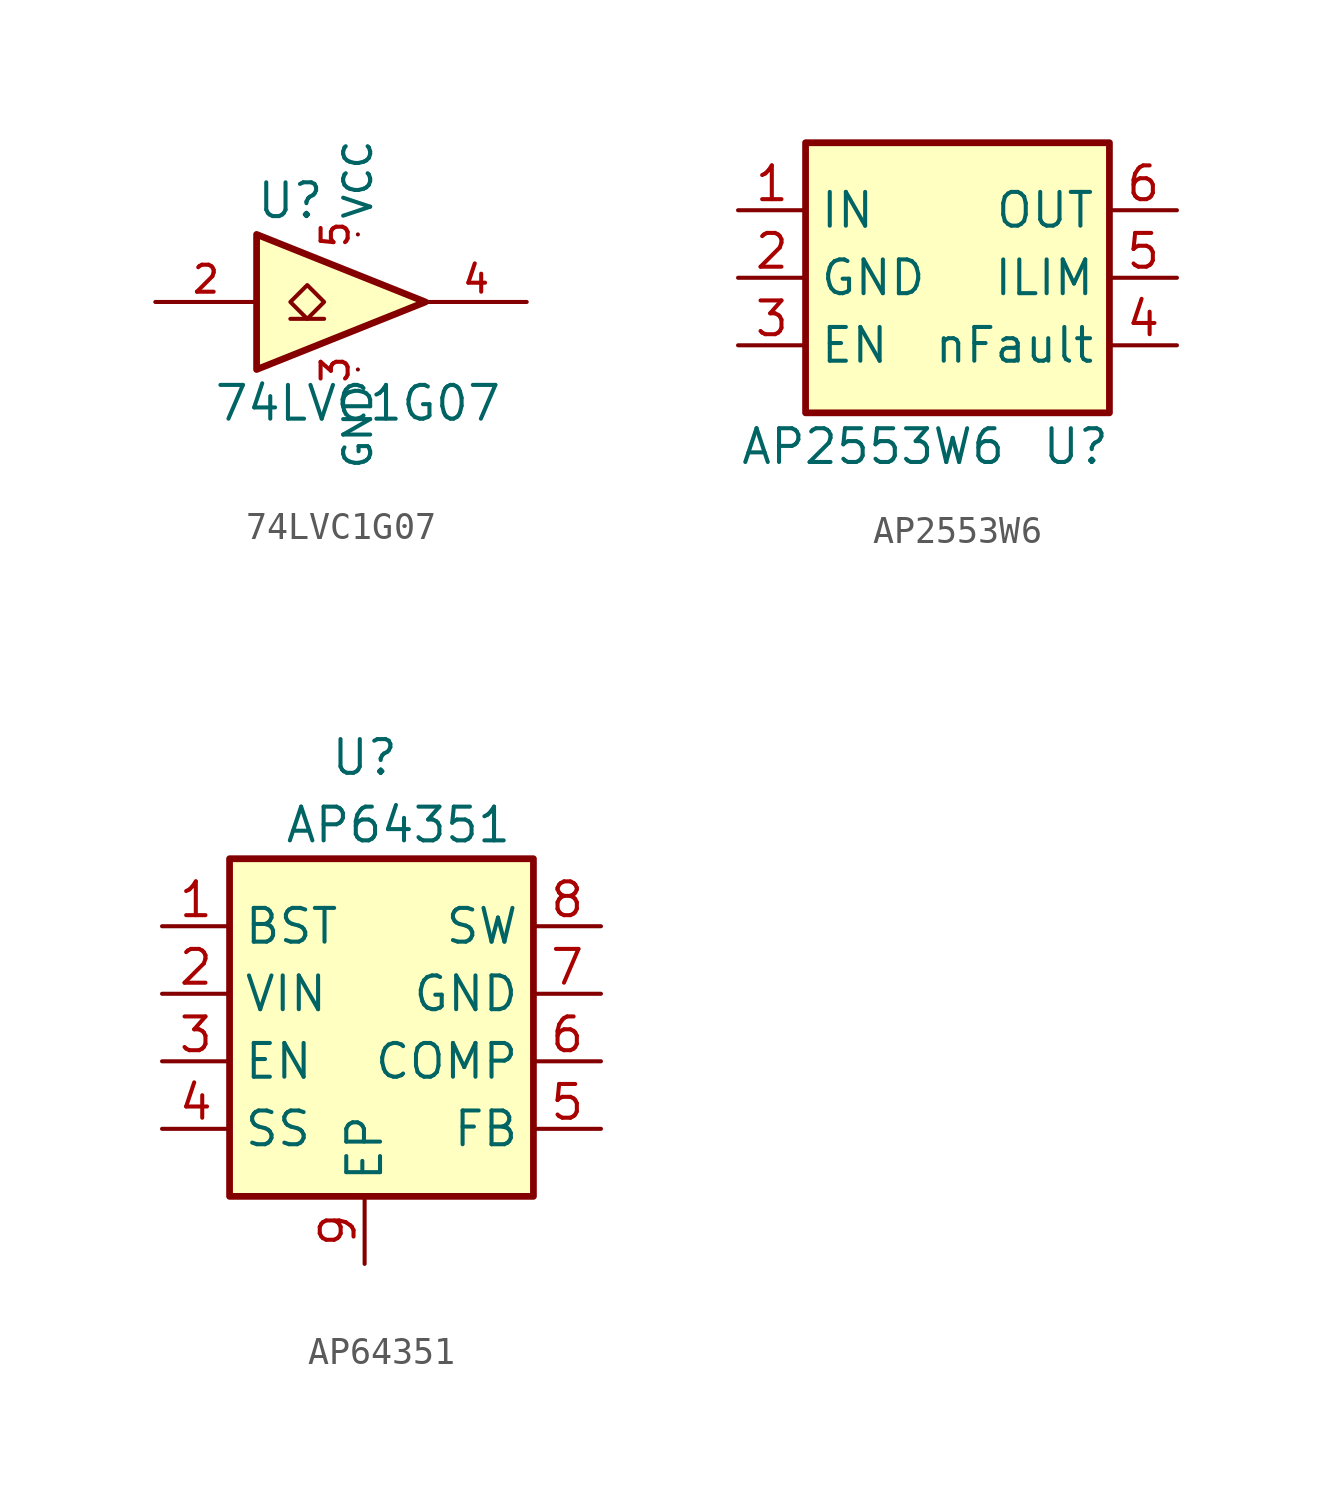
<source format=kicad_sym>
(kicad_symbol_lib
  (version 20201005)
  (generator kicad_symbol_editor)
  (symbol "RPi_CM4IO:74LVC1G07"
    (property "Reference" "U"
      (at -2.54 3.81 0)
      (effects (font (size 1.27 1.27))))
    (property "Value" "74LVC1G07"
      (at 0 -3.81 0)
      (effects (font (size 1.27 1.27))))
    (symbol "74LVC1G07_0_1"
      (polyline (pts (xy -2.54 -0.635) (xy -1.27 -0.635)) (stroke (width 0)) (fill (type none)))
      (polyline (pts (xy -1.905 0.635) (xy -2.54 0) (xy -1.905 -0.635) (xy -1.27 0) (xy -1.905 0.635)) (stroke (width 0)) (fill (type none)))
      (polyline (pts (xy -3.81 2.54) (xy -3.81 -2.54) (xy 2.54 0) (xy -3.81 2.54)) (stroke (width 0.254)) (fill (type background))))
    (symbol "74LVC1G07_1_1"
      (pin input line (at -7.62 0 0) (length 3.81) (name "~" (effects (font (size 1.016 1.016)))) (number "2" (effects (font (size 1.016 1.016)))))
      (pin power_in line (at 0 -2.54 270) (length 0) (name "GND" (effects (font (size 1.016 1.016)))) (number "3" (effects (font (size 1.016 1.016)))))
      (pin open_collector line (at 6.35 0 180) (length 3.81) (name "~" (effects (font (size 1.016 1.016)))) (number "4" (effects (font (size 1.016 1.016)))))
      (pin power_in line (at 0 2.54 90) (length 0) (name "VCC" (effects (font (size 1.016 1.016)))) (number "5" (effects (font (size 1.016 1.016)))))))
  (symbol "RPi_CM4IO:AP2553W6"
    (property "Reference" "U"
      (at 3.81 -6.35 0)
      (effects (font (size 1.27 1.27))))
    (property "Value" "AP2553W6"
      (at -3.81 -6.35 0)
      (effects (font (size 1.27 1.27))))
    (symbol "AP2553W6_0_0"
      (pin power_in line (at -8.89 2.54 0) (length 2.54) (name "IN" (effects (font (size 1.27 1.27)))) (number "1" (effects (font (size 1.27 1.27)))))
      (pin power_out line (at -8.89 0 0) (length 2.54) (name "GND" (effects (font (size 1.27 1.27)))) (number "2" (effects (font (size 1.27 1.27)))))
      (pin input line (at -8.89 -2.54 0) (length 2.54) (name "EN" (effects (font (size 1.27 1.27)))) (number "3" (effects (font (size 1.27 1.27)))))
      (pin open_collector line (at 7.62 -2.54 180) (length 2.54) (name "nFault" (effects (font (size 1.27 1.27)))) (number "4" (effects (font (size 1.27 1.27)))))
      (pin passive line (at 7.62 0 180) (length 2.54) (name "ILIM" (effects (font (size 1.27 1.27)))) (number "5" (effects (font (size 1.27 1.27)))))
      (pin power_out line (at 7.62 2.54 180) (length 2.54) (name "OUT" (effects (font (size 1.27 1.27)))) (number "6" (effects (font (size 1.27 1.27))))))
    (symbol "AP2553W6_0_1"
      (rectangle (start -6.35 5.08) (end 5.08 -5.08) (stroke (width 0.254)) (fill (type background)))))
  (symbol "RPi_CM4IO:AP64351"
    (property "Reference" "U"
      (at 0 8.89 0)
      (effects (font (size 1.27 1.27))))
    (property "Value" "AP64351"
      (at 1.27 6.35 0)
      (effects (font (size 1.27 1.27))))
    (symbol "AP64351_0_1"
      (rectangle (start -5.08 5.08) (end 6.35 -7.62) (stroke (width 0.254)) (fill (type background))))
    (symbol "AP64351_1_1"
      (pin passive line (at -7.62 2.54 0) (length 2.54) (name "BST" (effects (font (size 1.27 1.27)))) (number "1" (effects (font (size 1.27 1.27)))))
      (pin power_in line (at -7.62 0 0) (length 2.54) (name "VIN" (effects (font (size 1.27 1.27)))) (number "2" (effects (font (size 1.27 1.27)))))
      (pin input line (at -7.62 -2.54 0) (length 2.54) (name "EN" (effects (font (size 1.27 1.27)))) (number "3" (effects (font (size 1.27 1.27)))))
      (pin input line (at -7.62 -5.08 0) (length 2.54) (name "SS" (effects (font (size 1.27 1.27)))) (number "4" (effects (font (size 1.27 1.27)))))
      (pin input line (at 8.89 -5.08 180) (length 2.54) (name "FB" (effects (font (size 1.27 1.27)))) (number "5" (effects (font (size 1.27 1.27)))))
      (pin input line (at 8.89 -2.54 180) (length 2.54) (name "COMP" (effects (font (size 1.27 1.27)))) (number "6" (effects (font (size 1.27 1.27)))))
      (pin power_in line (at 8.89 0 180) (length 2.54) (name "GND" (effects (font (size 1.27 1.27)))) (number "7" (effects (font (size 1.27 1.27)))))
      (pin output line (at 8.89 2.54 180) (length 2.54) (name "SW" (effects (font (size 1.27 1.27)))) (number "8" (effects (font (size 1.27 1.27)))))
      (pin passive line (at 0 -10.16 90) (length 2.54) (name "EP" (effects (font (size 1.27 1.27)))) (number "9" (effects (font (size 1.27 1.27))))))))
</source>
